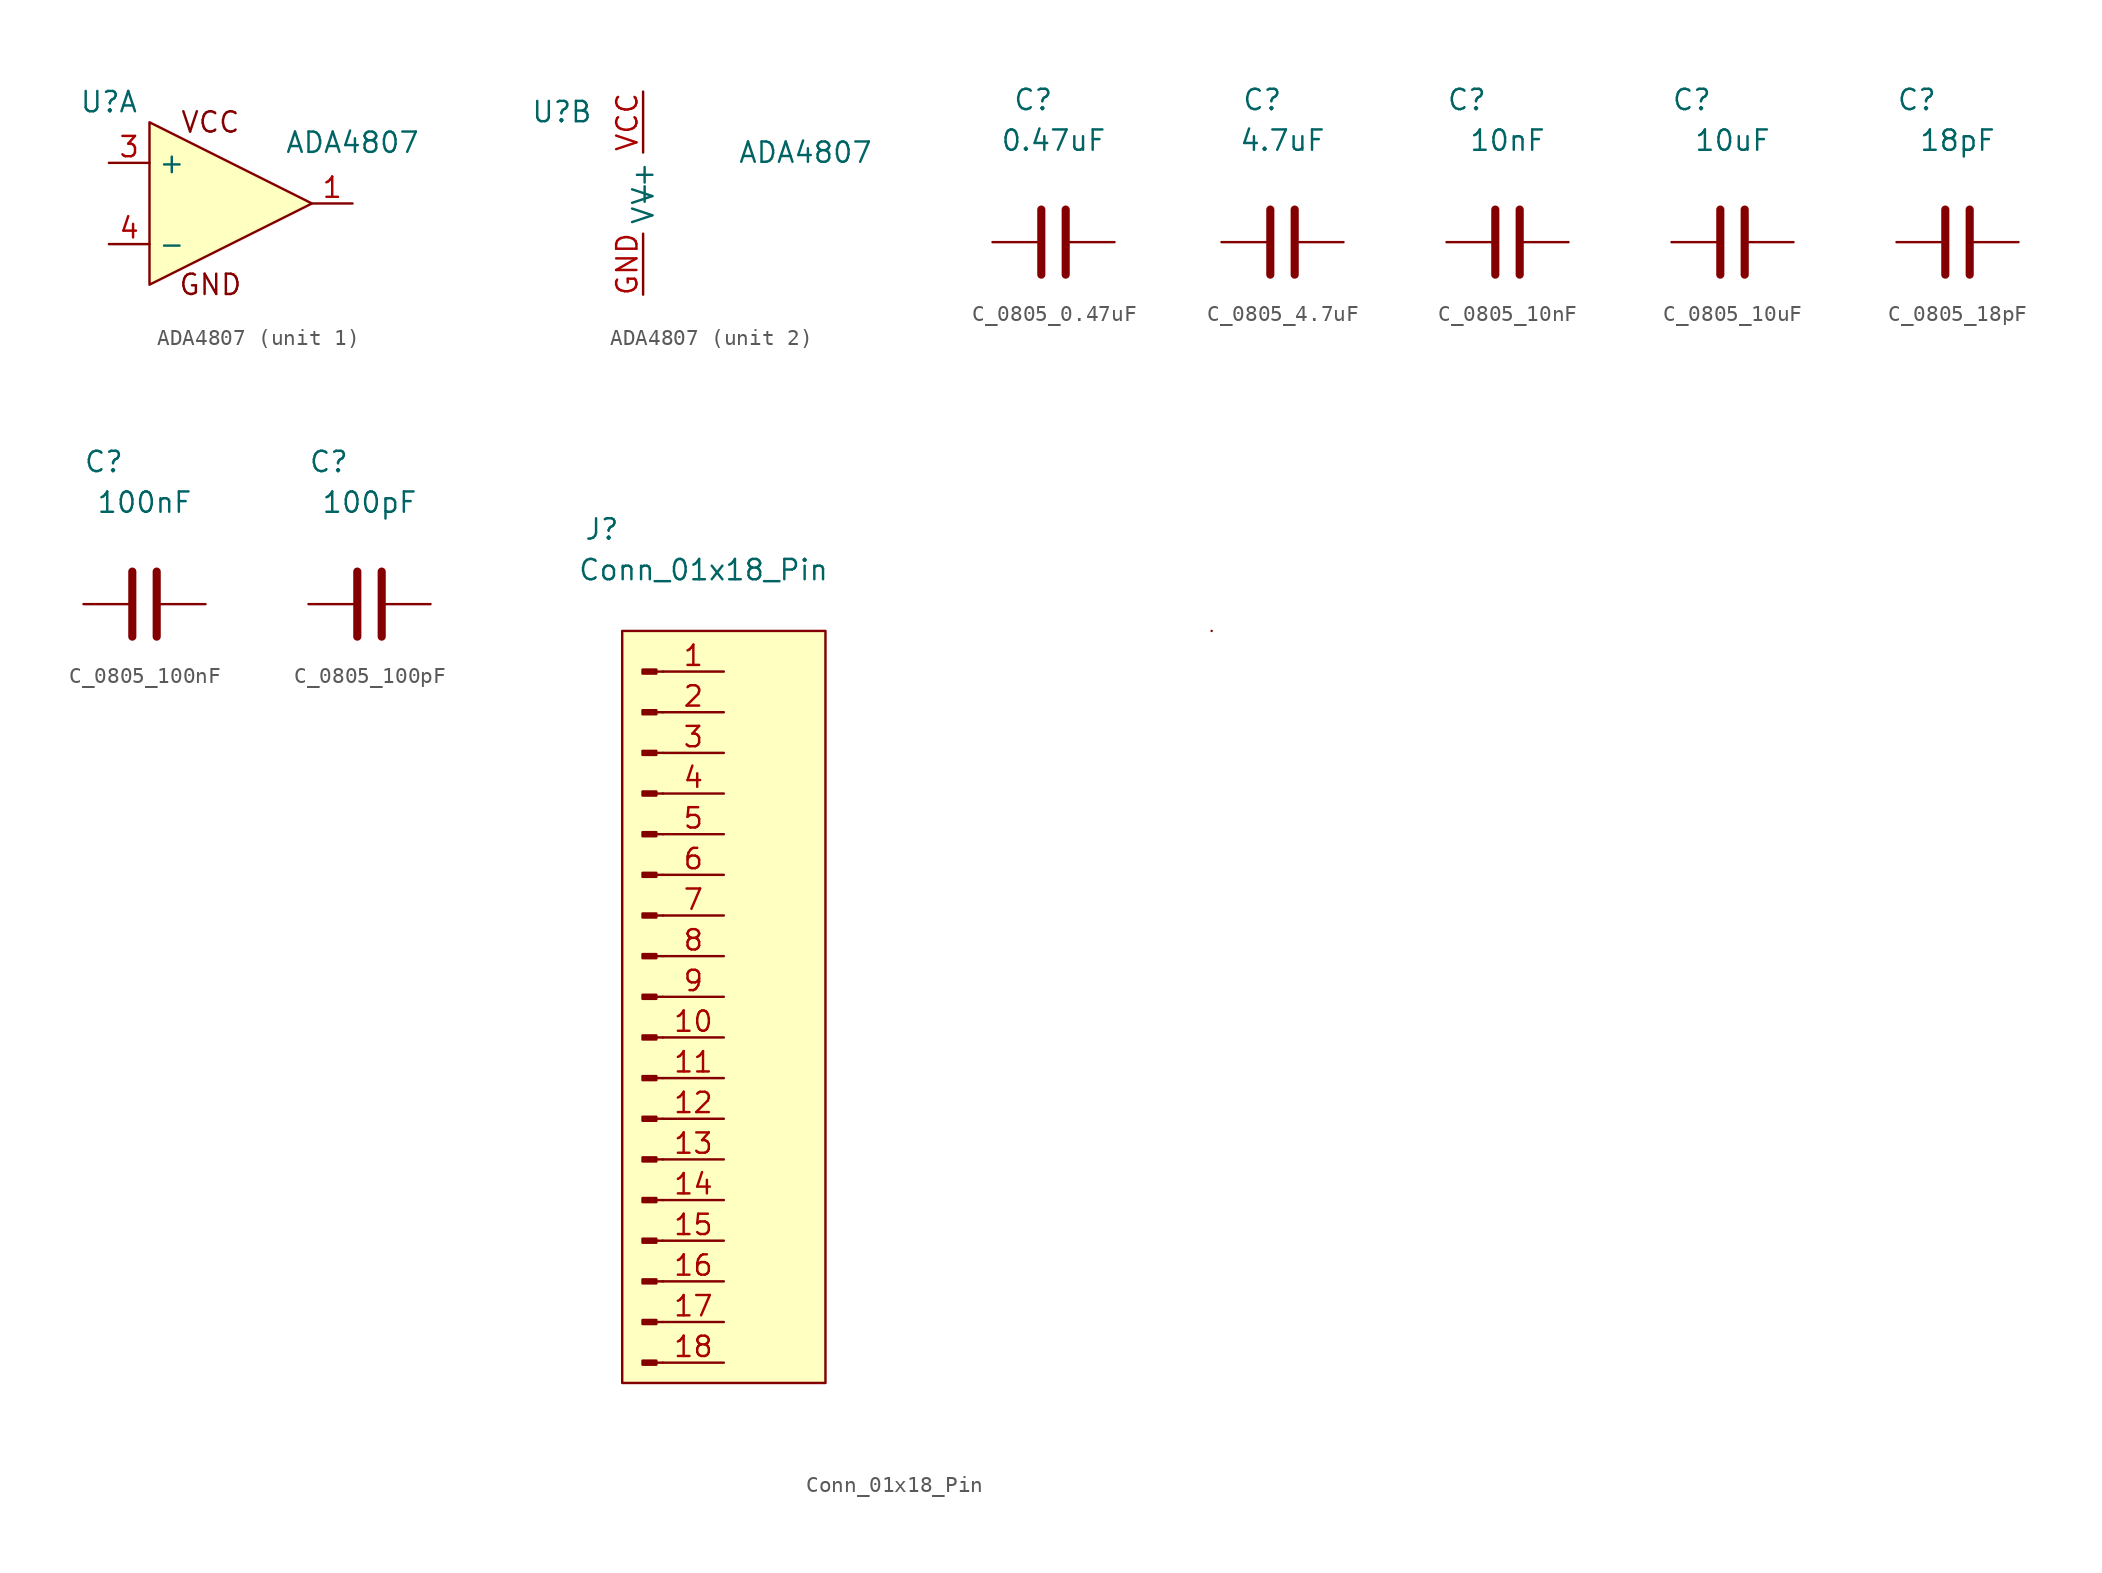
<source format=kicad_sym>
(kicad_symbol_lib
  (version 20220914)
  (generator kicad_symbol_editor)
  (symbol "ADA4807"
    (property "Reference" "U"
      (at -5.08 6.35 0)
      (effects (font (size 1.27 1.27))))
    (property "Value" "ADA4807"
      (at 10.16 3.81 0)
      (effects (font (size 1.27 1.27))))
    (property "ki_locked" ""
      (at 0 0 0)
      (effects (font (size 1.27 1.27))))
    (symbol "ADA4807_1_0"
      (text "GND" (at 1.27 -5.08 0) (effects (font (size 1.27 1.27)))))
    (symbol "ADA4807_1_1"
      (polyline (pts (xy -2.54 -5.08) (xy -2.54 5.08) (xy 7.62 0) (xy -2.54 -5.08)) (stroke (width 0) (type default)) (fill (type background)))
      (text "VCC" (at 1.27 5.08 0) (effects (font (size 1.27 1.27))))
      (pin output line (at 10.16 0 180) (length 2.54) (name "~" (effects (font (size 1.27 1.27)))) (number "1" (effects (font (size 1.27 1.27)))))
      (pin input line (at -5.08 2.54 0) (length 2.54) (name "+" (effects (font (size 1.27 1.27)))) (number "3" (effects (font (size 1.27 1.27)))))
      (pin input line (at -5.08 -2.54 0) (length 2.54) (name "-" (effects (font (size 1.27 1.27)))) (number "4" (effects (font (size 1.27 1.27))))))
    (symbol "ADA4807_2_1"
      (pin power_in line (at 0 -5.08 90) (length 3.81) (name "V-" (effects (font (size 1.27 1.27)))) (number "GND" (effects (font (size 1.27 1.27)))))
      (pin power_in line (at 0 7.62 270) (length 3.81) (name "V+" (effects (font (size 1.27 1.27)))) (number "VCC" (effects (font (size 1.27 1.27)))))))
  (symbol "C_0805_0.47uF"
    (pin_numbers hide)
    (pin_names
      (offset 0) hide)
    (property "Reference" "C"
      (at -1.27 8.89 0)
      (effects (font (size 1.27 1.27))))
    (property "Value" "0.47uF"
      (at 0 6.35 0)
      (effects (font (size 1.27 1.27))))
    (symbol "C_0805_0.47uF_0_1"
      (polyline (pts (xy -0.762 2.032) (xy -0.762 -2.032)) (stroke (width 0.508) (type default)) (fill (type none)))
      (polyline (pts (xy 0.762 2.032) (xy 0.762 -2.032)) (stroke (width 0.508) (type default)) (fill (type none))))
    (symbol "C_0805_0.47uF_1_1"
      (pin passive line (at 3.81 0 180) (length 2.794) (name "~" (effects (font (size 1.27 1.27)))) (number "1" (effects (font (size 1.27 1.27)))))
      (pin passive line (at -3.81 0 0) (length 2.794) (name "~" (effects (font (size 1.27 1.27)))) (number "2" (effects (font (size 1.27 1.27)))))))
  (symbol "C_0805_4.7uF"
    (pin_numbers hide)
    (pin_names
      (offset 0) hide)
    (property "Reference" "C"
      (at -1.27 8.89 0)
      (effects (font (size 1.27 1.27))))
    (property "Value" "4.7uF"
      (at 0 6.35 0)
      (effects (font (size 1.27 1.27))))
    (symbol "C_0805_4.7uF_0_1"
      (polyline (pts (xy -0.762 2.032) (xy -0.762 -2.032)) (stroke (width 0.508) (type default)) (fill (type none)))
      (polyline (pts (xy 0.762 2.032) (xy 0.762 -2.032)) (stroke (width 0.508) (type default)) (fill (type none))))
    (symbol "C_0805_4.7uF_1_1"
      (pin passive line (at 3.81 0 180) (length 2.794) (name "~" (effects (font (size 1.27 1.27)))) (number "1" (effects (font (size 1.27 1.27)))))
      (pin passive line (at -3.81 0 0) (length 2.794) (name "~" (effects (font (size 1.27 1.27)))) (number "2" (effects (font (size 1.27 1.27)))))))
  (symbol "C_0805_10nF"
    (pin_numbers hide)
    (pin_names
      (offset 0) hide)
    (property "Reference" "C"
      (at -2.54 8.89 0)
      (effects (font (size 1.27 1.27))))
    (property "Value" "10nF"
      (at 0 6.35 0)
      (effects (font (size 1.27 1.27))))
    (symbol "C_0805_10nF_0_1"
      (polyline (pts (xy -0.762 2.032) (xy -0.762 -2.032)) (stroke (width 0.508) (type default)) (fill (type none)))
      (polyline (pts (xy 0.762 2.032) (xy 0.762 -2.032)) (stroke (width 0.508) (type default)) (fill (type none))))
    (symbol "C_0805_10nF_1_1"
      (pin passive line (at 3.81 0 180) (length 2.794) (name "~" (effects (font (size 1.27 1.27)))) (number "1" (effects (font (size 1.27 1.27)))))
      (pin passive line (at -3.81 0 0) (length 2.794) (name "~" (effects (font (size 1.27 1.27)))) (number "2" (effects (font (size 1.27 1.27)))))))
  (symbol "C_0805_10uF"
    (pin_numbers hide)
    (pin_names
      (offset 0) hide)
    (property "Reference" "C"
      (at -2.54 8.89 0)
      (effects (font (size 1.27 1.27))))
    (property "Value" "10uF"
      (at 0 6.35 0)
      (effects (font (size 1.27 1.27))))
    (symbol "C_0805_10uF_0_1"
      (polyline (pts (xy -0.762 2.032) (xy -0.762 -2.032)) (stroke (width 0.508) (type default)) (fill (type none)))
      (polyline (pts (xy 0.762 2.032) (xy 0.762 -2.032)) (stroke (width 0.508) (type default)) (fill (type none))))
    (symbol "C_0805_10uF_1_1"
      (pin passive line (at 3.81 0 180) (length 2.794) (name "~" (effects (font (size 1.27 1.27)))) (number "1" (effects (font (size 1.27 1.27)))))
      (pin passive line (at -3.81 0 0) (length 2.794) (name "~" (effects (font (size 1.27 1.27)))) (number "2" (effects (font (size 1.27 1.27)))))))
  (symbol "C_0805_18pF"
    (pin_numbers hide)
    (pin_names
      (offset 0) hide)
    (property "Reference" "C"
      (at -2.54 8.89 0)
      (effects (font (size 1.27 1.27))))
    (property "Value" "18pF"
      (at 0 6.35 0)
      (effects (font (size 1.27 1.27))))
    (symbol "C_0805_18pF_0_1"
      (polyline (pts (xy -0.762 2.032) (xy -0.762 -2.032)) (stroke (width 0.508) (type default)) (fill (type none)))
      (polyline (pts (xy 0.762 2.032) (xy 0.762 -2.032)) (stroke (width 0.508) (type default)) (fill (type none))))
    (symbol "C_0805_18pF_1_1"
      (pin passive line (at 3.81 0 180) (length 2.794) (name "~" (effects (font (size 1.27 1.27)))) (number "1" (effects (font (size 1.27 1.27)))))
      (pin passive line (at -3.81 0 0) (length 2.794) (name "~" (effects (font (size 1.27 1.27)))) (number "2" (effects (font (size 1.27 1.27)))))))
  (symbol "C_0805_100nF"
    (pin_numbers hide)
    (pin_names
      (offset 0) hide)
    (property "Reference" "C"
      (at -2.54 8.89 0)
      (effects (font (size 1.27 1.27))))
    (property "Value" "100nF"
      (at 0 6.35 0)
      (effects (font (size 1.27 1.27))))
    (symbol "C_0805_100nF_0_1"
      (polyline (pts (xy -0.762 2.032) (xy -0.762 -2.032)) (stroke (width 0.508) (type default)) (fill (type none)))
      (polyline (pts (xy 0.762 2.032) (xy 0.762 -2.032)) (stroke (width 0.508) (type default)) (fill (type none))))
    (symbol "C_0805_100nF_1_1"
      (pin passive line (at 3.81 0 180) (length 2.794) (name "~" (effects (font (size 1.27 1.27)))) (number "1" (effects (font (size 1.27 1.27)))))
      (pin passive line (at -3.81 0 0) (length 2.794) (name "~" (effects (font (size 1.27 1.27)))) (number "2" (effects (font (size 1.27 1.27)))))))
  (symbol "C_0805_100pF"
    (pin_numbers hide)
    (pin_names
      (offset 0) hide)
    (property "Reference" "C"
      (at -2.54 8.89 0)
      (effects (font (size 1.27 1.27))))
    (property "Value" "100pF"
      (at 0 6.35 0)
      (effects (font (size 1.27 1.27))))
    (symbol "C_0805_100pF_0_1"
      (polyline (pts (xy -0.762 2.032) (xy -0.762 -2.032)) (stroke (width 0.508) (type default)) (fill (type none)))
      (polyline (pts (xy 0.762 2.032) (xy 0.762 -2.032)) (stroke (width 0.508) (type default)) (fill (type none))))
    (symbol "C_0805_100pF_1_1"
      (pin passive line (at 3.81 0 180) (length 2.794) (name "~" (effects (font (size 1.27 1.27)))) (number "1" (effects (font (size 1.27 1.27)))))
      (pin passive line (at -3.81 0 0) (length 2.794) (name "~" (effects (font (size 1.27 1.27)))) (number "2" (effects (font (size 1.27 1.27)))))))
  (symbol "Conn_01x18_Pin"
    (pin_names
      (offset 1.016) hide)
    (property "Reference" "J"
      (at -2.54 29.21 0)
      (effects (font (size 1.27 1.27))))
    (property "Value" "Conn_01x18_Pin"
      (at 3.81 26.67 0)
      (effects (font (size 1.27 1.27))))
    (property "ki_locked" ""
      (at 0 0 0)
      (effects (font (size 1.27 1.27))))
    (symbol "Conn_01x18_Pin_1_1"
      (rectangle (start -1.27 22.86) (end 11.43 -24.13) (stroke (width 0) (type default)) (fill (type background)))
      (polyline (pts (xy 1.27 -22.86) (xy 0.864 -22.86)) (stroke (width 0.152) (type default)) (fill (type none)))
      (polyline (pts (xy 1.27 -20.32) (xy 0.864 -20.32)) (stroke (width 0.152) (type default)) (fill (type none)))
      (polyline (pts (xy 1.27 -17.78) (xy 0.864 -17.78)) (stroke (width 0.152) (type default)) (fill (type none)))
      (polyline (pts (xy 1.27 -15.24) (xy 0.864 -15.24)) (stroke (width 0.152) (type default)) (fill (type none)))
      (polyline (pts (xy 1.27 -12.7) (xy 0.864 -12.7)) (stroke (width 0.152) (type default)) (fill (type none)))
      (polyline (pts (xy 1.27 -10.16) (xy 0.864 -10.16)) (stroke (width 0.152) (type default)) (fill (type none)))
      (polyline (pts (xy 1.27 -7.62) (xy 0.864 -7.62)) (stroke (width 0.152) (type default)) (fill (type none)))
      (polyline (pts (xy 1.27 -5.08) (xy 0.864 -5.08)) (stroke (width 0.152) (type default)) (fill (type none)))
      (polyline (pts (xy 1.27 -2.54) (xy 0.864 -2.54)) (stroke (width 0.152) (type default)) (fill (type none)))
      (polyline (pts (xy 1.27 0) (xy 0.864 0)) (stroke (width 0.152) (type default)) (fill (type none)))
      (polyline (pts (xy 1.27 2.54) (xy 0.864 2.54)) (stroke (width 0.152) (type default)) (fill (type none)))
      (polyline (pts (xy 1.27 5.08) (xy 0.864 5.08)) (stroke (width 0.152) (type default)) (fill (type none)))
      (polyline (pts (xy 1.27 7.62) (xy 0.864 7.62)) (stroke (width 0.152) (type default)) (fill (type none)))
      (polyline (pts (xy 1.27 10.16) (xy 0.864 10.16)) (stroke (width 0.152) (type default)) (fill (type none)))
      (polyline (pts (xy 1.27 12.7) (xy 0.864 12.7)) (stroke (width 0.152) (type default)) (fill (type none)))
      (polyline (pts (xy 1.27 15.24) (xy 0.864 15.24)) (stroke (width 0.152) (type default)) (fill (type none)))
      (polyline (pts (xy 1.27 17.78) (xy 0.864 17.78)) (stroke (width 0.152) (type default)) (fill (type none)))
      (polyline (pts (xy 1.27 20.32) (xy 0.864 20.32)) (stroke (width 0.152) (type default)) (fill (type none)))
      (rectangle (start 0.864 -22.733) (end 0 -22.987) (stroke (width 0.152) (type default)) (fill (type outline)))
      (rectangle (start 0.864 -20.193) (end 0 -20.447) (stroke (width 0.152) (type default)) (fill (type outline)))
      (rectangle (start 0.864 -17.653) (end 0 -17.907) (stroke (width 0.152) (type default)) (fill (type outline)))
      (rectangle (start 0.864 -15.113) (end 0 -15.367) (stroke (width 0.152) (type default)) (fill (type outline)))
      (rectangle (start 0.864 -12.573) (end 0 -12.827) (stroke (width 0.152) (type default)) (fill (type outline)))
      (rectangle (start 0.864 -10.033) (end 0 -10.287) (stroke (width 0.152) (type default)) (fill (type outline)))
      (rectangle (start 0.864 -7.493) (end 0 -7.747) (stroke (width 0.152) (type default)) (fill (type outline)))
      (rectangle (start 0.864 -4.953) (end 0 -5.207) (stroke (width 0.152) (type default)) (fill (type outline)))
      (rectangle (start 0.864 -2.413) (end 0 -2.667) (stroke (width 0.152) (type default)) (fill (type outline)))
      (rectangle (start 0.864 0.127) (end 0 -0.127) (stroke (width 0.152) (type default)) (fill (type outline)))
      (rectangle (start 0.864 2.667) (end 0 2.413) (stroke (width 0.152) (type default)) (fill (type outline)))
      (rectangle (start 0.864 5.207) (end 0 4.953) (stroke (width 0.152) (type default)) (fill (type outline)))
      (rectangle (start 0.864 7.747) (end 0 7.493) (stroke (width 0.152) (type default)) (fill (type outline)))
      (rectangle (start 0.864 10.287) (end 0 10.033) (stroke (width 0.152) (type default)) (fill (type outline)))
      (rectangle (start 0.864 12.827) (end 0 12.573) (stroke (width 0.152) (type default)) (fill (type outline)))
      (rectangle (start 0.864 15.367) (end 0 15.113) (stroke (width 0.152) (type default)) (fill (type outline)))
      (rectangle (start 0.864 17.907) (end 0 17.653) (stroke (width 0.152) (type default)) (fill (type outline)))
      (rectangle (start 0.864 20.447) (end 0 20.193) (stroke (width 0.152) (type default)) (fill (type outline)))
      (rectangle (start 35.56 22.86) (end 35.56 22.86) (stroke (width 0) (type default)) (fill (type none)))
      (pin passive line (at 5.08 20.32 180) (length 3.81) (name "Pin_1" (effects (font (size 1.27 1.27)))) (number "1" (effects (font (size 1.27 1.27)))))
      (pin passive line (at 5.08 -2.54 180) (length 3.81) (name "Pin_10" (effects (font (size 1.27 1.27)))) (number "10" (effects (font (size 1.27 1.27)))))
      (pin passive line (at 5.08 -5.08 180) (length 3.81) (name "Pin_11" (effects (font (size 1.27 1.27)))) (number "11" (effects (font (size 1.27 1.27)))))
      (pin passive line (at 5.08 -7.62 180) (length 3.81) (name "Pin_12" (effects (font (size 1.27 1.27)))) (number "12" (effects (font (size 1.27 1.27)))))
      (pin passive line (at 5.08 -10.16 180) (length 3.81) (name "Pin_13" (effects (font (size 1.27 1.27)))) (number "13" (effects (font (size 1.27 1.27)))))
      (pin passive line (at 5.08 -12.7 180) (length 3.81) (name "Pin_14" (effects (font (size 1.27 1.27)))) (number "14" (effects (font (size 1.27 1.27)))))
      (pin passive line (at 5.08 -15.24 180) (length 3.81) (name "Pin_15" (effects (font (size 1.27 1.27)))) (number "15" (effects (font (size 1.27 1.27)))))
      (pin passive line (at 5.08 -17.78 180) (length 3.81) (name "Pin_16" (effects (font (size 1.27 1.27)))) (number "16" (effects (font (size 1.27 1.27)))))
      (pin passive line (at 5.08 -20.32 180) (length 3.81) (name "Pin_17" (effects (font (size 1.27 1.27)))) (number "17" (effects (font (size 1.27 1.27)))))
      (pin passive line (at 5.08 -22.86 180) (length 3.81) (name "Pin_18" (effects (font (size 1.27 1.27)))) (number "18" (effects (font (size 1.27 1.27)))))
      (pin passive line (at 5.08 17.78 180) (length 3.81) (name "Pin_2" (effects (font (size 1.27 1.27)))) (number "2" (effects (font (size 1.27 1.27)))))
      (pin passive line (at 5.08 15.24 180) (length 3.81) (name "Pin_3" (effects (font (size 1.27 1.27)))) (number "3" (effects (font (size 1.27 1.27)))))
      (pin passive line (at 5.08 12.7 180) (length 3.81) (name "Pin_4" (effects (font (size 1.27 1.27)))) (number "4" (effects (font (size 1.27 1.27)))))
      (pin passive line (at 5.08 10.16 180) (length 3.81) (name "Pin_5" (effects (font (size 1.27 1.27)))) (number "5" (effects (font (size 1.27 1.27)))))
      (pin passive line (at 5.08 7.62 180) (length 3.81) (name "Pin_6" (effects (font (size 1.27 1.27)))) (number "6" (effects (font (size 1.27 1.27)))))
      (pin passive line (at 5.08 5.08 180) (length 3.81) (name "Pin_7" (effects (font (size 1.27 1.27)))) (number "7" (effects (font (size 1.27 1.27)))))
      (pin passive line (at 5.08 2.54 180) (length 3.81) (name "Pin_8" (effects (font (size 1.27 1.27)))) (number "8" (effects (font (size 1.27 1.27)))))
      (pin passive line (at 5.08 0 180) (length 3.81) (name "Pin_9" (effects (font (size 1.27 1.27)))) (number "9" (effects (font (size 1.27 1.27))))))))
</source>
